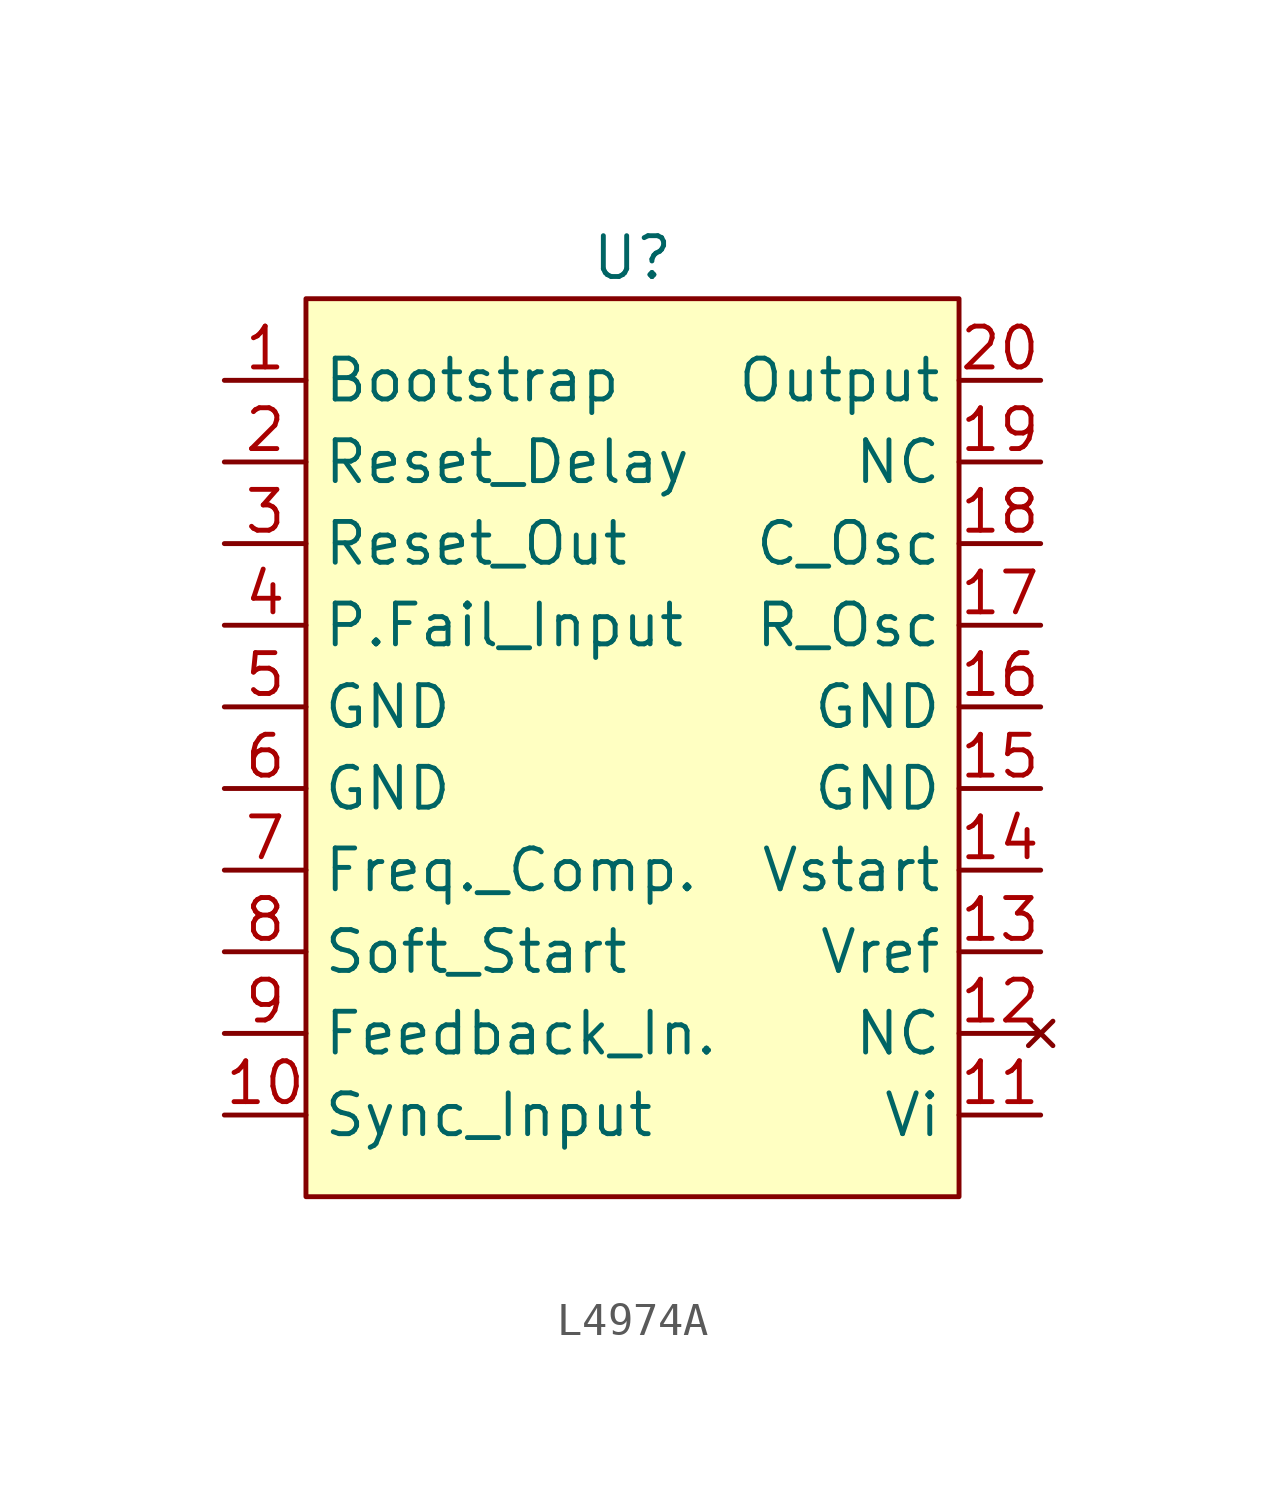
<source format=kicad_sym>
(kicad_symbol_lib
  (version 20241209)
  (generator "kicad_symbol_editor")
  (generator_version "9.0")
  (symbol "L4974A"
    (property "Reference" "U"
      (at 0 0 0)
      (effects (font (size 1.27 1.27))))
    (property "Value" ""
      (at 0 0 0)
      (effects (font (size 1.27 1.27))))
    (symbol "L4974A_0_0"
      (pin unspecified line (at -12.7 -3.81 0) (length 2.54) (name "Bootstrap" (effects (font (size 1.27 1.27)))) (number "1" (effects (font (size 1.27 1.27)))))
      (pin unspecified line (at -12.7 -6.35 0) (length 2.54) (name "Reset_Delay" (effects (font (size 1.27 1.27)))) (number "2" (effects (font (size 1.27 1.27)))))
      (pin unspecified line (at -12.7 -8.89 0) (length 2.54) (name "Reset_Out" (effects (font (size 1.27 1.27)))) (number "3" (effects (font (size 1.27 1.27)))))
      (pin input line (at -12.7 -11.43 0) (length 2.54) (name "P.Fail_Input" (effects (font (size 1.27 1.27)))) (number "4" (effects (font (size 1.27 1.27)))))
      (pin power_in line (at -12.7 -13.97 0) (length 2.54) (name "GND" (effects (font (size 1.27 1.27)))) (number "5" (effects (font (size 1.27 1.27)))))
      (pin power_in line (at -12.7 -16.51 0) (length 2.54) (name "GND" (effects (font (size 1.27 1.27)))) (number "6" (effects (font (size 1.27 1.27)))))
      (pin unspecified line (at -12.7 -19.05 0) (length 2.54) (name "Freq._Comp." (effects (font (size 1.27 1.27)))) (number "7" (effects (font (size 1.27 1.27)))))
      (pin unspecified line (at -12.7 -21.59 0) (length 2.54) (name "Soft_Start" (effects (font (size 1.27 1.27)))) (number "8" (effects (font (size 1.27 1.27)))))
      (pin input line (at -12.7 -24.13 0) (length 2.54) (name "Feedback_In." (effects (font (size 1.27 1.27)))) (number "9" (effects (font (size 1.27 1.27)))))
      (pin input line (at -12.7 -26.67 0) (length 2.54) (name "Sync_Input" (effects (font (size 1.27 1.27)))) (number "10" (effects (font (size 1.27 1.27)))))
      (pin power_out line (at 12.7 -3.81 180) (length 2.54) (name "Output" (effects (font (size 1.27 1.27)))) (number "20" (effects (font (size 1.27 1.27)))))
      (pin open_emitter line (at 12.7 -6.35 180) (length 2.54) (name "NC" (effects (font (size 1.27 1.27)))) (number "19" (effects (font (size 1.27 1.27)))))
      (pin unspecified line (at 12.7 -8.89 180) (length 2.54) (name "C_Osc" (effects (font (size 1.27 1.27)))) (number "18" (effects (font (size 1.27 1.27)))))
      (pin unspecified line (at 12.7 -11.43 180) (length 2.54) (name "R_Osc" (effects (font (size 1.27 1.27)))) (number "17" (effects (font (size 1.27 1.27)))))
      (pin power_in line (at 12.7 -13.97 180) (length 2.54) (name "GND" (effects (font (size 1.27 1.27)))) (number "16" (effects (font (size 1.27 1.27)))))
      (pin power_in line (at 12.7 -16.51 180) (length 2.54) (name "GND" (effects (font (size 1.27 1.27)))) (number "15" (effects (font (size 1.27 1.27)))))
      (pin unspecified line (at 12.7 -19.05 180) (length 2.54) (name "Vstart" (effects (font (size 1.27 1.27)))) (number "14" (effects (font (size 1.27 1.27)))))
      (pin unspecified line (at 12.7 -21.59 180) (length 2.54) (name "Vref" (effects (font (size 1.27 1.27)))) (number "13" (effects (font (size 1.27 1.27)))))
      (pin no_connect line (at 12.7 -24.13 180) (length 2.54) (name "NC" (effects (font (size 1.27 1.27)))) (number "12" (effects (font (size 1.27 1.27)))))
      (pin power_in line (at 12.7 -26.67 180) (length 2.54) (name "Vi" (effects (font (size 1.27 1.27)))) (number "11" (effects (font (size 1.27 1.27))))))
    (symbol "L4974A_1_1"
      (rectangle (start -10.16 -1.27) (end 10.16 -29.21) (stroke (width 0) (type solid)) (fill (type background))))))
</source>
